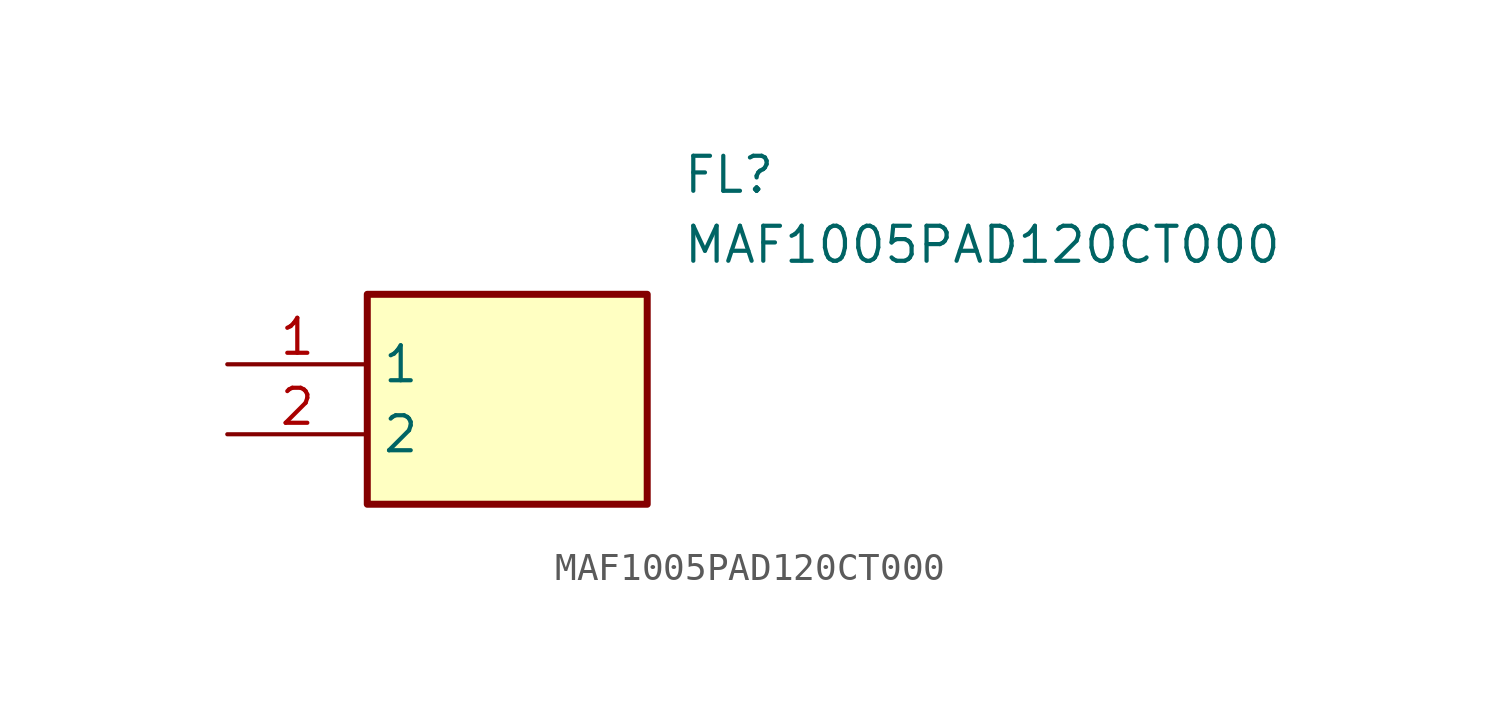
<source format=kicad_sym>
(kicad_symbol_lib
  (version 20211014)
  (generator SamacSys_ECAD_Model)
  (symbol "MAF1005PAD120CT000"
    (property "Reference" "FL"
      (at 16.51 7.62 0)
      (effects (font (size 1.27 1.27)) (justify left top)))
    (property "Value" "MAF1005PAD120CT000"
      (at 16.51 5.08 0)
      (effects (font (size 1.27 1.27)) (justify left top)))
    (rectangle
      (start 5.08 2.54)
      (end 15.24 -5.08)
      (stroke (width 0.254) (type default))
      (fill (type background)))
    (pin passive line
      (at 0 0 0)
      (length 5.08)
      (name "1" (effects (font (size 1.27 1.27))))
      (number "1" (effects (font (size 1.27 1.27)))))
    (pin passive line
      (at 0 -2.54 0)
      (length 5.08)
      (name "2" (effects (font (size 1.27 1.27))))
      (number "2" (effects (font (size 1.27 1.27)))))))
</source>
